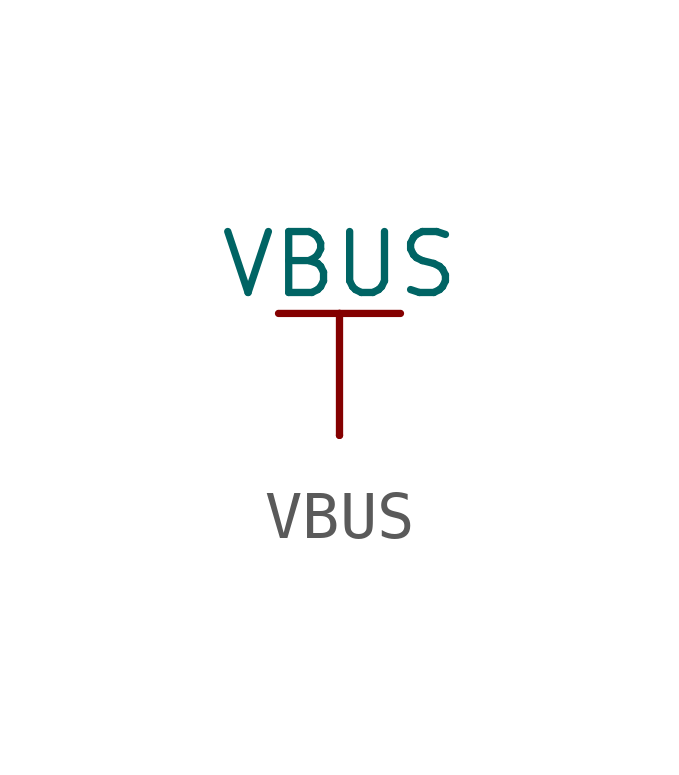
<source format=kicad_sym>
(kicad_symbol_lib
  (version 20231120)
  (generator "kicad_symbol_editor")
  (generator_version "8.0")
  (symbol "VBUS"
    (power)
    (pin_numbers hide)
    (pin_names
      (offset 0) hide)
    (property "Reference" "#PWR"
      (at 0 -3.81 0)
      (effects (font (size 1.27 1.27)) (hide yes)))
    (property "Value" "VBUS"
      (at 0 3.556 0)
      (effects (font (size 1.27 1.27))))
    (symbol "VBUS_0_1"
      (polyline (pts (xy -1.27 2.54) (xy 0 2.54)) (stroke (width 0) (type default)) (fill (type none)))
      (polyline (pts (xy 0 0) (xy 0 2.54)) (stroke (width 0) (type default)) (fill (type none)))
      (polyline (pts (xy 0 2.54) (xy 1.27 2.54)) (stroke (width 0) (type default)) (fill (type none))))
    (symbol "VBUS_1_1"
      (pin power_in line (at 0 0 90) (length 0) (name "~" (effects (font (size 1.27 1.27)))) (number "1" (effects (font (size 1.27 1.27))))))))
</source>
